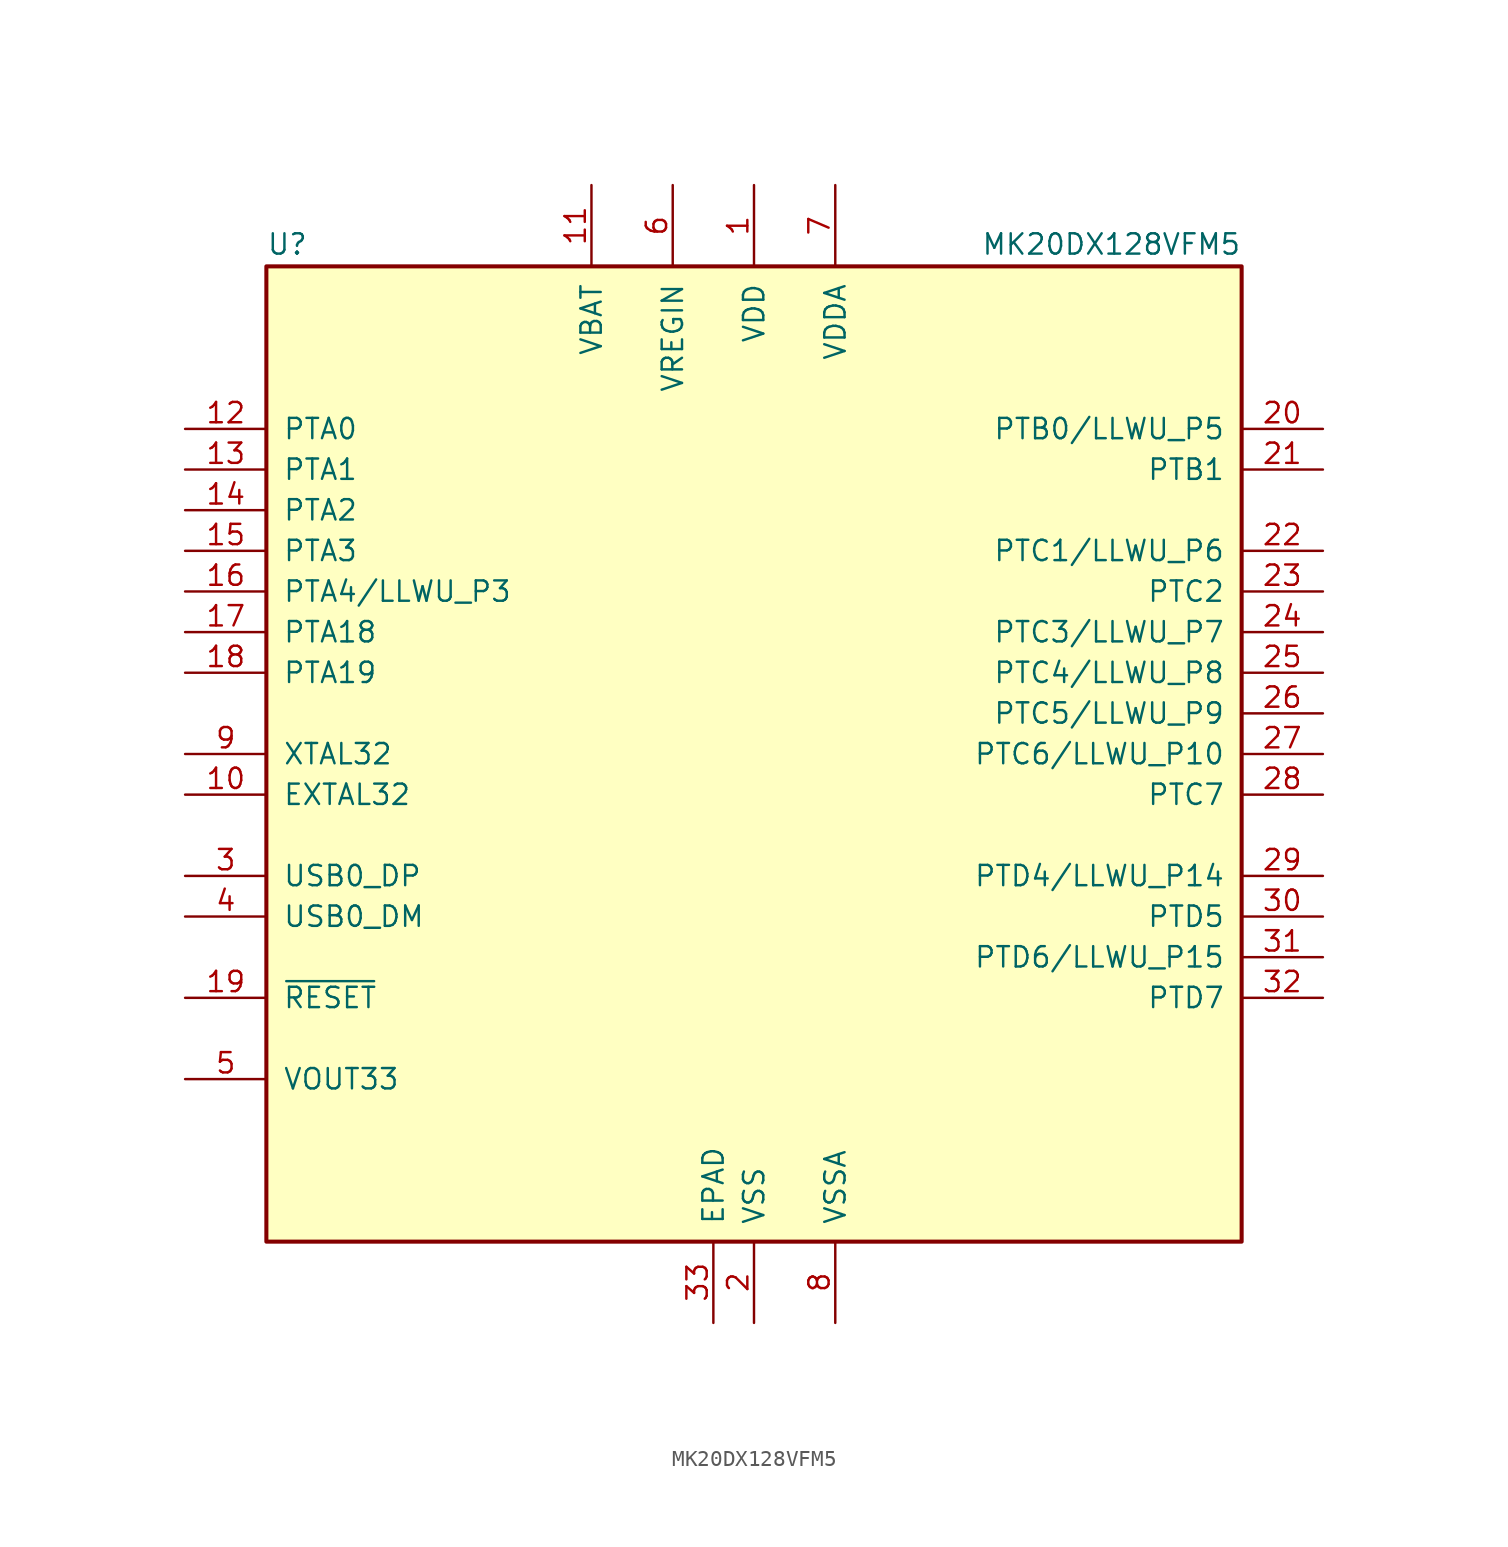
<source format=kicad_sym>
(kicad_symbol_lib
  (version 20211014)
  (generator kicad_symbol_editor)
  (symbol "MK20DX128VFM5"
    (pin_names
      (offset 1.016))
    (property "Reference" "U"
      (at -30.48 31.115 0)
      (effects (font (size 1.27 1.27)) (justify left bottom)))
    (property "Value" "MK20DX128VFM5"
      (at 30.48 31.115 0)
      (effects (font (size 1.27 1.27)) (justify right bottom)))
    (symbol "MK20DX128VFM5_0_1"
      (rectangle (start -30.48 30.48) (end 30.48 -30.48) (stroke (width 0.254) (type default) (color 0 0 0 0)) (fill (type background)))
      (pin power_in line (at 0 35.56 270) (length 5.08) (name "VDD" (effects (font (size 1.27 1.27)))) (number "1" (effects (font (size 1.27 1.27)))))
      (pin input line (at -35.56 -2.54 0) (length 5.08) (name "EXTAL32" (effects (font (size 1.27 1.27)))) (number "10" (effects (font (size 1.27 1.27)))))
      (pin power_in line (at -10.16 35.56 270) (length 5.08) (name "VBAT" (effects (font (size 1.27 1.27)))) (number "11" (effects (font (size 1.27 1.27)))))
      (pin bidirectional line (at -35.56 20.32 0) (length 5.08) (name "PTA0" (effects (font (size 1.27 1.27)))) (number "12" (effects (font (size 1.27 1.27)))))
      (pin bidirectional line (at -35.56 17.78 0) (length 5.08) (name "PTA1" (effects (font (size 1.27 1.27)))) (number "13" (effects (font (size 1.27 1.27)))))
      (pin bidirectional line (at -35.56 15.24 0) (length 5.08) (name "PTA2" (effects (font (size 1.27 1.27)))) (number "14" (effects (font (size 1.27 1.27)))))
      (pin bidirectional line (at -35.56 12.7 0) (length 5.08) (name "PTA3" (effects (font (size 1.27 1.27)))) (number "15" (effects (font (size 1.27 1.27)))))
      (pin bidirectional line (at -35.56 10.16 0) (length 5.08) (name "PTA4/LLWU_P3" (effects (font (size 1.27 1.27)))) (number "16" (effects (font (size 1.27 1.27)))))
      (pin bidirectional line (at -35.56 7.62 0) (length 5.08) (name "PTA18" (effects (font (size 1.27 1.27)))) (number "17" (effects (font (size 1.27 1.27)))))
      (pin bidirectional line (at -35.56 5.08 0) (length 5.08) (name "PTA19" (effects (font (size 1.27 1.27)))) (number "18" (effects (font (size 1.27 1.27)))))
      (pin input line (at -35.56 -15.24 0) (length 5.08) (name "~{RESET}" (effects (font (size 1.27 1.27)))) (number "19" (effects (font (size 1.27 1.27)))))
      (pin power_in line (at 0 -35.56 90) (length 5.08) (name "VSS" (effects (font (size 1.27 1.27)))) (number "2" (effects (font (size 1.27 1.27)))))
      (pin bidirectional line (at 35.56 20.32 180) (length 5.08) (name "PTB0/LLWU_P5" (effects (font (size 1.27 1.27)))) (number "20" (effects (font (size 1.27 1.27)))))
      (pin bidirectional line (at 35.56 17.78 180) (length 5.08) (name "PTB1" (effects (font (size 1.27 1.27)))) (number "21" (effects (font (size 1.27 1.27)))))
      (pin bidirectional line (at 35.56 12.7 180) (length 5.08) (name "PTC1/LLWU_P6" (effects (font (size 1.27 1.27)))) (number "22" (effects (font (size 1.27 1.27)))))
      (pin bidirectional line (at 35.56 10.16 180) (length 5.08) (name "PTC2" (effects (font (size 1.27 1.27)))) (number "23" (effects (font (size 1.27 1.27)))))
      (pin bidirectional line (at 35.56 7.62 180) (length 5.08) (name "PTC3/LLWU_P7" (effects (font (size 1.27 1.27)))) (number "24" (effects (font (size 1.27 1.27)))))
      (pin bidirectional line (at 35.56 5.08 180) (length 5.08) (name "PTC4/LLWU_P8" (effects (font (size 1.27 1.27)))) (number "25" (effects (font (size 1.27 1.27)))))
      (pin bidirectional line (at 35.56 2.54 180) (length 5.08) (name "PTC5/LLWU_P9" (effects (font (size 1.27 1.27)))) (number "26" (effects (font (size 1.27 1.27)))))
      (pin bidirectional line (at 35.56 0 180) (length 5.08) (name "PTC6/LLWU_P10" (effects (font (size 1.27 1.27)))) (number "27" (effects (font (size 1.27 1.27)))))
      (pin bidirectional line (at 35.56 -2.54 180) (length 5.08) (name "PTC7" (effects (font (size 1.27 1.27)))) (number "28" (effects (font (size 1.27 1.27)))))
      (pin bidirectional line (at 35.56 -7.62 180) (length 5.08) (name "PTD4/LLWU_P14" (effects (font (size 1.27 1.27)))) (number "29" (effects (font (size 1.27 1.27)))))
      (pin bidirectional line (at -35.56 -7.62 0) (length 5.08) (name "USB0_DP" (effects (font (size 1.27 1.27)))) (number "3" (effects (font (size 1.27 1.27)))))
      (pin bidirectional line (at 35.56 -10.16 180) (length 5.08) (name "PTD5" (effects (font (size 1.27 1.27)))) (number "30" (effects (font (size 1.27 1.27)))))
      (pin bidirectional line (at 35.56 -12.7 180) (length 5.08) (name "PTD6/LLWU_P15" (effects (font (size 1.27 1.27)))) (number "31" (effects (font (size 1.27 1.27)))))
      (pin bidirectional line (at 35.56 -15.24 180) (length 5.08) (name "PTD7" (effects (font (size 1.27 1.27)))) (number "32" (effects (font (size 1.27 1.27)))))
      (pin power_out line (at -35.56 -20.32 0) (length 5.08) (name "VOUT33" (effects (font (size 1.27 1.27)))) (number "5" (effects (font (size 1.27 1.27)))))
      (pin power_in line (at -5.08 35.56 270) (length 5.08) (name "VREGIN" (effects (font (size 1.27 1.27)))) (number "6" (effects (font (size 1.27 1.27)))))
      (pin power_in line (at 5.08 35.56 270) (length 5.08) (name "VDDA" (effects (font (size 1.27 1.27)))) (number "7" (effects (font (size 1.27 1.27)))))
      (pin power_in line (at 5.08 -35.56 90) (length 5.08) (name "VSSA" (effects (font (size 1.27 1.27)))) (number "8" (effects (font (size 1.27 1.27)))))
      (pin input line (at -35.56 0 0) (length 5.08) (name "XTAL32" (effects (font (size 1.27 1.27)))) (number "9" (effects (font (size 1.27 1.27))))))
    (symbol "MK20DX128VFM5_1_1"
      (pin power_in line (at -2.54 -35.56 90) (length 5.08) (name "EPAD" (effects (font (size 1.27 1.27)))) (number "33" (effects (font (size 1.27 1.27)))))
      (pin bidirectional line (at -35.56 -10.16 0) (length 5.08) (name "USB0_DM" (effects (font (size 1.27 1.27)))) (number "4" (effects (font (size 1.27 1.27))))))))
</source>
